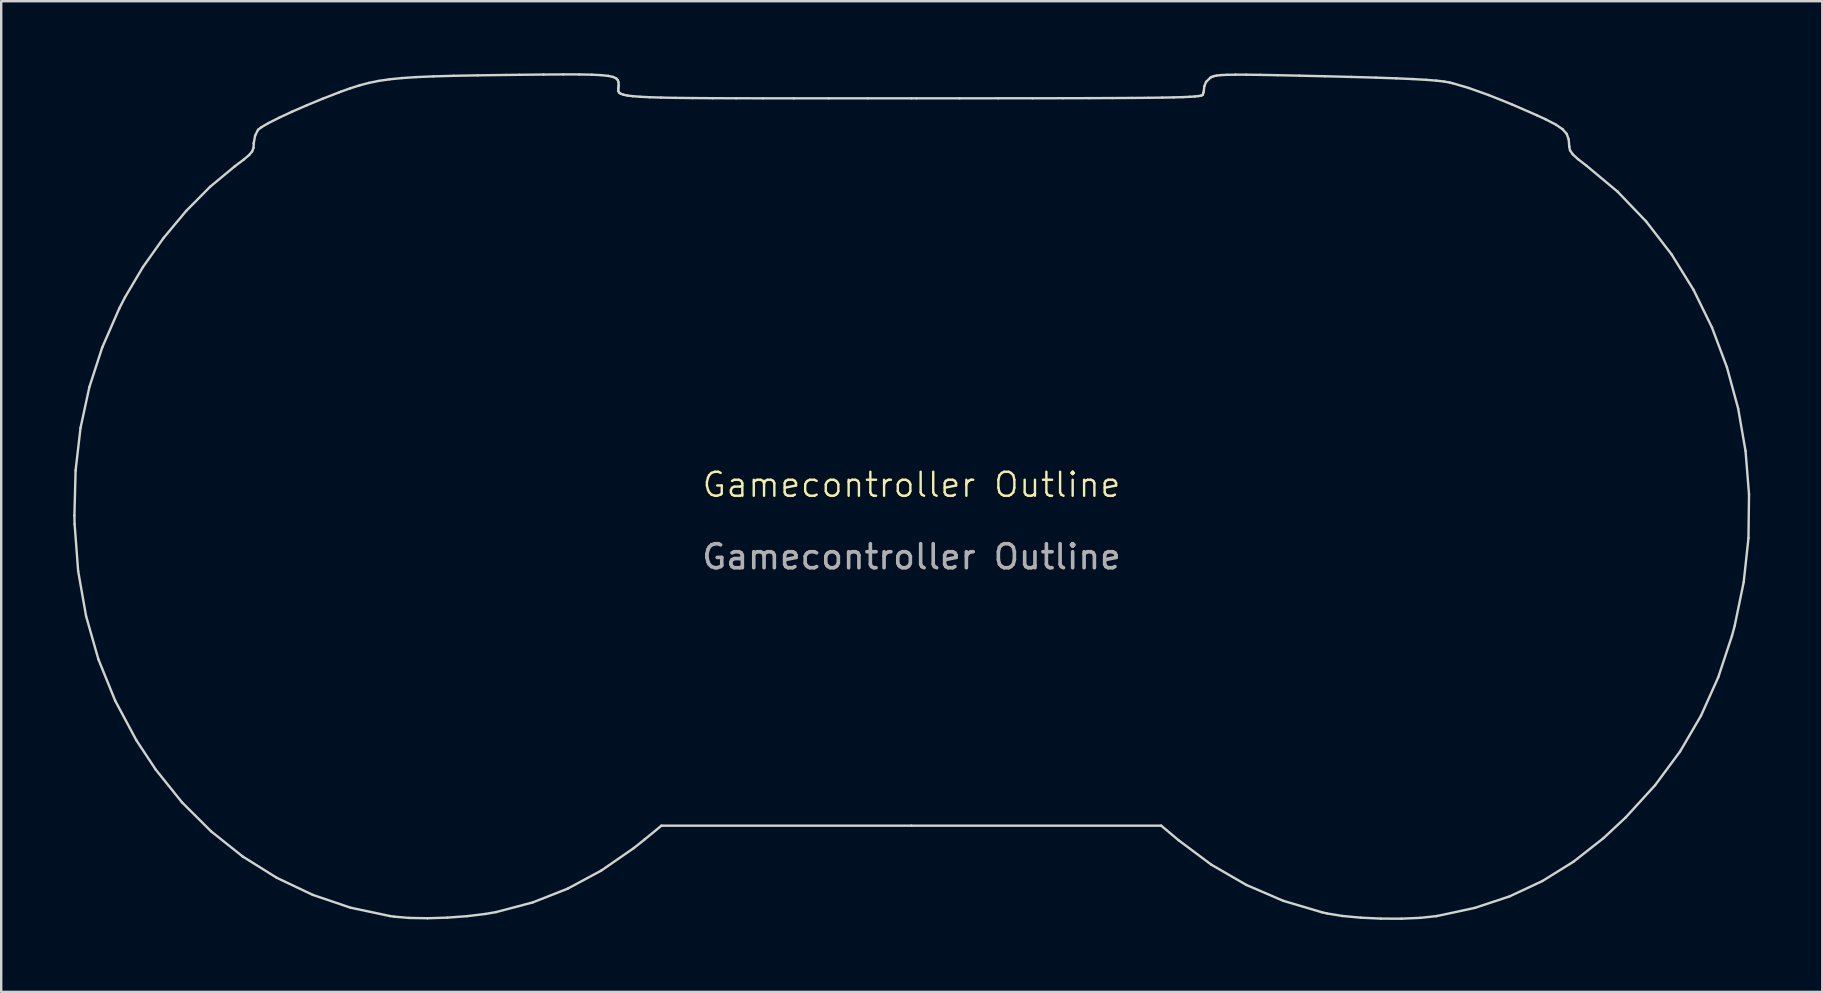
<source format=kicad_pcb>
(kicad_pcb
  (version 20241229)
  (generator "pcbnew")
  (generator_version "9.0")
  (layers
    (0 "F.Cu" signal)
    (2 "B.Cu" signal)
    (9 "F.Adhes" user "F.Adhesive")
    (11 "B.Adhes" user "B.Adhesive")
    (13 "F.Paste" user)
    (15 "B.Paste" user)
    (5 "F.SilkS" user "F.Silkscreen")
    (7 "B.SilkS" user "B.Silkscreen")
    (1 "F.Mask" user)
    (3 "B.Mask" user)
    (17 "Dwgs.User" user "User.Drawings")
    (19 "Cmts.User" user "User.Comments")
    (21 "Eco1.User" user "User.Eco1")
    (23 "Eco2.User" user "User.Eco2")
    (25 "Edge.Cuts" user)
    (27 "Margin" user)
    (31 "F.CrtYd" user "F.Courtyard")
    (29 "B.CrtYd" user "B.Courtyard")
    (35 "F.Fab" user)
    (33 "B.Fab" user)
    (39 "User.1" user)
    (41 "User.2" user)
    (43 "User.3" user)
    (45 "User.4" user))
  (footprint "Gamecontroller Outline"
    (layer "F.Cu")
    (at 34.923 17.646)
    (property "Reference" "Gamecontroller Outline" (at 0 -0.5 0) (unlocked yes) (layer "F.SilkS") (effects (font (size 1 1) (thickness 0.1))))
    (attr board_only exclude_from_pos_files exclude_from_bom allow_missing_courtyard)
    (fp_line (start -34.873 0.779) (end -34.865 1.14) (stroke (width 0.1) (type default)) (layer "Edge.Cuts"))
    (fp_line (start -34.865 1.14) (end -34.717 3.098) (stroke (width 0.1) (type default)) (layer "Edge.Cuts"))
    (fp_line (start -34.824 -1.097) (end -34.873 0.779) (stroke (width 0.1) (type default)) (layer "Edge.Cuts"))
    (fp_line (start -34.717 3.098) (end -34.386 4.975) (stroke (width 0.1) (type default)) (layer "Edge.Cuts"))
    (fp_line (start -34.618 -2.873) (end -34.824 -1.097) (stroke (width 0.1) (type default)) (layer "Edge.Cuts"))
    (fp_line (start -34.386 4.975) (end -33.873 6.773) (stroke (width 0.1) (type default)) (layer "Edge.Cuts"))
    (fp_line (start -34.249 -4.574) (end -34.618 -2.873) (stroke (width 0.1) (type default)) (layer "Edge.Cuts"))
    (fp_line (start -33.873 6.773) (end -33.175 8.494) (stroke (width 0.1) (type default)) (layer "Edge.Cuts"))
    (fp_line (start -33.713 -6.224) (end -34.249 -4.574) (stroke (width 0.1) (type default)) (layer "Edge.Cuts"))
    (fp_line (start -33.175 8.494) (end -32.293 10.143) (stroke (width 0.1) (type default)) (layer "Edge.Cuts"))
    (fp_line (start -33.003 -7.85) (end -33.713 -6.224) (stroke (width 0.1) (type default)) (layer "Edge.Cuts"))
    (fp_line (start -32.768 -8.307) (end -33.003 -7.85) (stroke (width 0.1) (type default)) (layer "Edge.Cuts"))
    (fp_line (start -32.293 10.143) (end -31.482 11.37) (stroke (width 0.1) (type default)) (layer "Edge.Cuts"))
    (fp_line (start -32.02 -9.569) (end -32.768 -8.307) (stroke (width 0.1) (type default)) (layer "Edge.Cuts"))
    (fp_line (start -31.482 11.37) (end -30.39 12.73) (stroke (width 0.1) (type default)) (layer "Edge.Cuts"))
    (fp_line (start -31.159 -10.783) (end -32.02 -9.569) (stroke (width 0.1) (type default)) (layer "Edge.Cuts"))
    (fp_line (start -30.39 12.73) (end -29.179 13.938) (stroke (width 0.1) (type default)) (layer "Edge.Cuts"))
    (fp_line (start -30.216 -11.911) (end -31.159 -10.783) (stroke (width 0.1) (type default)) (layer "Edge.Cuts"))
    (fp_line (start -29.221 -12.915) (end -30.216 -11.911) (stroke (width 0.1) (type default)) (layer "Edge.Cuts"))
    (fp_line (start -29.179 13.938) (end -27.861 14.987) (stroke (width 0.1) (type default)) (layer "Edge.Cuts"))
    (fp_line (start -28.204 -13.758) (end -29.221 -12.915) (stroke (width 0.1) (type default)) (layer "Edge.Cuts"))
    (fp_line (start -28.187 -13.771) (end -28.204 -13.758) (stroke (width 0.1) (type default)) (layer "Edge.Cuts"))
    (fp_line (start -27.861 14.987) (end -26.446 15.872) (stroke (width 0.1) (type default)) (layer "Edge.Cuts"))
    (fp_line (start -27.824 -14.044) (end -28.187 -13.771) (stroke (width 0.1) (type default)) (layer "Edge.Cuts"))
    (fp_line (start -27.594 -14.239) (end -27.824 -14.044) (stroke (width 0.1) (type default)) (layer "Edge.Cuts"))
    (fp_line (start -27.467 -14.392) (end -27.594 -14.239) (stroke (width 0.1) (type default)) (layer "Edge.Cuts"))
    (fp_line (start -27.412 -14.538) (end -27.467 -14.392) (stroke (width 0.1) (type default)) (layer "Edge.Cuts"))
    (fp_line (start -27.401 -14.714) (end -27.412 -14.538) (stroke (width 0.1) (type default)) (layer "Edge.Cuts"))
    (fp_line (start -27.4 -14.737) (end -27.401 -14.714) (stroke (width 0.1) (type default)) (layer "Edge.Cuts"))
    (fp_line (start -27.345 -15.044) (end -27.4 -14.737) (stroke (width 0.1) (type default)) (layer "Edge.Cuts"))
    (fp_line (start -27.225 -15.286) (end -27.345 -15.044) (stroke (width 0.1) (type default)) (layer "Edge.Cuts"))
    (fp_line (start -27.093 -15.391) (end -27.225 -15.286) (stroke (width 0.1) (type default)) (layer "Edge.Cuts"))
    (fp_line (start -26.787 -15.569) (end -27.093 -15.391) (stroke (width 0.1) (type default)) (layer "Edge.Cuts"))
    (fp_line (start -26.446 15.872) (end -24.946 16.584) (stroke (width 0.1) (type default)) (layer "Edge.Cuts"))
    (fp_line (start -26.348 -15.79) (end -26.787 -15.569) (stroke (width 0.1) (type default)) (layer "Edge.Cuts"))
    (fp_line (start -25.806 -16.043) (end -26.348 -15.79) (stroke (width 0.1) (type default)) (layer "Edge.Cuts"))
    (fp_line (start -25.189 -16.312) (end -25.806 -16.043) (stroke (width 0.1) (type default)) (layer "Edge.Cuts"))
    (fp_line (start -24.946 16.584) (end -23.372 17.118) (stroke (width 0.1) (type default)) (layer "Edge.Cuts"))
    (fp_line (start -24.527 -16.585) (end -25.189 -16.312) (stroke (width 0.1) (type default)) (layer "Edge.Cuts"))
    (fp_line (start -23.85 -16.847) (end -24.527 -16.585) (stroke (width 0.1) (type default)) (layer "Edge.Cuts"))
    (fp_line (start -23.783 -16.873) (end -23.85 -16.847) (stroke (width 0.1) (type default)) (layer "Edge.Cuts"))
    (fp_line (start -23.375 -17.019) (end -23.783 -16.873) (stroke (width 0.1) (type default)) (layer "Edge.Cuts"))
    (fp_line (start -23.372 17.118) (end -21.736 17.465) (stroke (width 0.1) (type default)) (layer "Edge.Cuts"))
    (fp_line (start -22.991 -17.141) (end -23.375 -17.019) (stroke (width 0.1) (type default)) (layer "Edge.Cuts"))
    (fp_line (start -22.607 -17.242) (end -22.991 -17.141) (stroke (width 0.1) (type default)) (layer "Edge.Cuts"))
    (fp_line (start -22.203 -17.325) (end -22.607 -17.242) (stroke (width 0.1) (type default)) (layer "Edge.Cuts"))
    (fp_line (start -21.754 -17.391) (end -22.203 -17.325) (stroke (width 0.1) (type default)) (layer "Edge.Cuts"))
    (fp_line (start -21.736 17.465) (end -21.55 17.492) (stroke (width 0.1) (type default)) (layer "Edge.Cuts"))
    (fp_line (start -21.55 17.492) (end -20.923 17.545) (stroke (width 0.1) (type default)) (layer "Edge.Cuts"))
    (fp_line (start -21.239 -17.443) (end -21.754 -17.391) (stroke (width 0.1) (type default)) (layer "Edge.Cuts"))
    (fp_line (start -20.923 17.545) (end -20.165 17.558) (stroke (width 0.1) (type default)) (layer "Edge.Cuts"))
    (fp_line (start -20.636 -17.484) (end -21.239 -17.443) (stroke (width 0.1) (type default)) (layer "Edge.Cuts"))
    (fp_line (start -20.165 17.558) (end -19.339 17.532) (stroke (width 0.1) (type default)) (layer "Edge.Cuts"))
    (fp_line (start -19.922 -17.514) (end -20.636 -17.484) (stroke (width 0.1) (type default)) (layer "Edge.Cuts"))
    (fp_line (start -19.339 17.532) (end -18.511 17.471) (stroke (width 0.1) (type default)) (layer "Edge.Cuts"))
    (fp_line (start -19.075 -17.538) (end -19.922 -17.514) (stroke (width 0.1) (type default)) (layer "Edge.Cuts"))
    (fp_line (start -18.511 17.471) (end -17.743 17.378) (stroke (width 0.1) (type default)) (layer "Edge.Cuts"))
    (fp_line (start -18.073 -17.557) (end -19.075 -17.538) (stroke (width 0.1) (type default)) (layer "Edge.Cuts"))
    (fp_line (start -17.743 17.378) (end -17.31 17.302) (stroke (width 0.1) (type default)) (layer "Edge.Cuts"))
    (fp_line (start -17.31 17.302) (end -15.78 16.899) (stroke (width 0.1) (type default)) (layer "Edge.Cuts"))
    (fp_line (start -16.893 -17.573) (end -18.073 -17.557) (stroke (width 0.1) (type default)) (layer "Edge.Cuts"))
    (fp_line (start -16.326 -17.58) (end -16.893 -17.573) (stroke (width 0.1) (type default)) (layer "Edge.Cuts"))
    (fp_line (start -15.78 16.899) (end -14.325 16.326) (stroke (width 0.1) (type default)) (layer "Edge.Cuts"))
    (fp_line (start -15.33 -17.591) (end -16.326 -17.58) (stroke (width 0.1) (type default)) (layer "Edge.Cuts"))
    (fp_line (start -14.508 -17.596) (end -15.33 -17.591) (stroke (width 0.1) (type default)) (layer "Edge.Cuts"))
    (fp_line (start -14.325 16.326) (end -12.926 15.573) (stroke (width 0.1) (type default)) (layer "Edge.Cuts"))
    (fp_line (start -13.844 -17.595) (end -14.508 -17.596) (stroke (width 0.1) (type default)) (layer "Edge.Cuts"))
    (fp_line (start -13.321 -17.585) (end -13.844 -17.595) (stroke (width 0.1) (type default)) (layer "Edge.Cuts"))
    (fp_line (start -12.926 15.573) (end -11.566 14.633) (stroke (width 0.1) (type default)) (layer "Edge.Cuts"))
    (fp_line (start -12.923 -17.565) (end -13.321 -17.585) (stroke (width 0.1) (type default)) (layer "Edge.Cuts"))
    (fp_line (start -12.632 -17.534) (end -12.923 -17.565) (stroke (width 0.1) (type default)) (layer "Edge.Cuts"))
    (fp_line (start -12.432 -17.49) (end -12.632 -17.534) (stroke (width 0.1) (type default)) (layer "Edge.Cuts"))
    (fp_line (start -12.305 -17.432) (end -12.432 -17.49) (stroke (width 0.1) (type default)) (layer "Edge.Cuts"))
    (fp_line (start -12.235 -17.357) (end -12.305 -17.432) (stroke (width 0.1) (type default)) (layer "Edge.Cuts"))
    (fp_line (start -12.218 -16.953) (end -12.212 -17.021) (stroke (width 0.1) (type default)) (layer "Edge.Cuts"))
    (fp_line (start -12.212 -17.021) (end -12.203 -17.098) (stroke (width 0.1) (type default)) (layer "Edge.Cuts"))
    (fp_line (start -12.211 -16.892) (end -12.218 -16.953) (stroke (width 0.1) (type default)) (layer "Edge.Cuts"))
    (fp_line (start -12.206 -17.265) (end -12.235 -17.357) (stroke (width 0.1) (type default)) (layer "Edge.Cuts"))
    (fp_line (start -12.203 -17.098) (end -12.2 -17.155) (stroke (width 0.1) (type default)) (layer "Edge.Cuts"))
    (fp_line (start -12.2 -17.155) (end -12.206 -17.265) (stroke (width 0.1) (type default)) (layer "Edge.Cuts"))
    (fp_line (start -12.18 -16.838) (end -12.211 -16.892) (stroke (width 0.1) (type default)) (layer "Edge.Cuts"))
    (fp_line (start -12.116 -16.792) (end -12.18 -16.838) (stroke (width 0.1) (type default)) (layer "Edge.Cuts"))
    (fp_line (start -12.006 -16.752) (end -12.116 -16.792) (stroke (width 0.1) (type default)) (layer "Edge.Cuts"))
    (fp_line (start -11.842 -16.717) (end -12.006 -16.752) (stroke (width 0.1) (type default)) (layer "Edge.Cuts"))
    (fp_line (start -11.613 -16.689) (end -11.842 -16.717) (stroke (width 0.1) (type default)) (layer "Edge.Cuts"))
    (fp_line (start -11.566 14.633) (end -11.133 14.288) (stroke (width 0.1) (type default)) (layer "Edge.Cuts"))
    (fp_line (start -11.308 -16.665) (end -11.613 -16.689) (stroke (width 0.1) (type default)) (layer "Edge.Cuts"))
    (fp_line (start -11.133 14.288) (end -10.417 13.7) (stroke (width 0.1) (type default)) (layer "Edge.Cuts"))
    (fp_line (start -10.917 -16.646) (end -11.308 -16.665) (stroke (width 0.1) (type default)) (layer "Edge.Cuts"))
    (fp_line (start -10.43 -16.631) (end -10.917 -16.646) (stroke (width 0.1) (type default)) (layer "Edge.Cuts"))
    (fp_line (start -10.417 13.7) (end -0.008 13.7) (stroke (width 0.1) (type default)) (layer "Edge.Cuts"))
    (fp_line (start -9.836 -16.619) (end -10.43 -16.631) (stroke (width 0.1) (type default)) (layer "Edge.Cuts"))
    (fp_line (start -9.125 -16.611) (end -9.836 -16.619) (stroke (width 0.1) (type default)) (layer "Edge.Cuts"))
    (fp_line (start -8.286 -16.605) (end -9.125 -16.611) (stroke (width 0.1) (type default)) (layer "Edge.Cuts"))
    (fp_line (start -7.31 -16.602) (end -8.286 -16.605) (stroke (width 0.1) (type default)) (layer "Edge.Cuts"))
    (fp_line (start -6.186 -16.6) (end -7.31 -16.602) (stroke (width 0.1) (type default)) (layer "Edge.Cuts"))
    (fp_line (start -4.903 -16.599) (end -6.186 -16.6) (stroke (width 0.1) (type default)) (layer "Edge.Cuts"))
    (fp_line (start -3.452 -16.599) (end -4.903 -16.599) (stroke (width 0.1) (type default)) (layer "Edge.Cuts"))
    (fp_line (start -1.821 -16.6) (end -3.452 -16.599) (stroke (width 0.1) (type default)) (layer "Edge.Cuts"))
    (fp_line (start -0.008 13.7) (end 10.402 13.7) (stroke (width 0.1) (type default)) (layer "Edge.Cuts"))
    (fp_line (start -0.000001 -16.6) (end -1.821 -16.6) (stroke (width 0.1) (type default)) (layer "Edge.Cuts"))
    (fp_line (start 0.211 -16.6) (end -0.000001 -16.6) (stroke (width 0.1) (type default)) (layer "Edge.Cuts"))
    (fp_line (start 2.006 -16.6) (end 0.211 -16.6) (stroke (width 0.1) (type default)) (layer "Edge.Cuts"))
    (fp_line (start 3.613 -16.601) (end 2.006 -16.6) (stroke (width 0.1) (type default)) (layer "Edge.Cuts"))
    (fp_line (start 5.041 -16.602) (end 3.613 -16.601) (stroke (width 0.1) (type default)) (layer "Edge.Cuts"))
    (fp_line (start 6.302 -16.604) (end 5.041 -16.602) (stroke (width 0.1) (type default)) (layer "Edge.Cuts"))
    (fp_line (start 7.405 -16.607) (end 6.302 -16.604) (stroke (width 0.1) (type default)) (layer "Edge.Cuts"))
    (fp_line (start 8.361 -16.611) (end 7.405 -16.607) (stroke (width 0.1) (type default)) (layer "Edge.Cuts"))
    (fp_line (start 9.181 -16.616) (end 8.361 -16.611) (stroke (width 0.1) (type default)) (layer "Edge.Cuts"))
    (fp_line (start 9.874 -16.622) (end 9.181 -16.616) (stroke (width 0.1) (type default)) (layer "Edge.Cuts"))
    (fp_line (start 10.402 13.7) (end 11.122 14.305) (stroke (width 0.1) (type default)) (layer "Edge.Cuts"))
    (fp_line (start 10.452 -16.63) (end 9.874 -16.622) (stroke (width 0.1) (type default)) (layer "Edge.Cuts"))
    (fp_line (start 10.923 -16.639) (end 10.452 -16.63) (stroke (width 0.1) (type default)) (layer "Edge.Cuts"))
    (fp_line (start 11.122 14.305) (end 12.49 15.326) (stroke (width 0.1) (type default)) (layer "Edge.Cuts"))
    (fp_line (start 11.3 -16.65) (end 10.923 -16.639) (stroke (width 0.1) (type default)) (layer "Edge.Cuts"))
    (fp_line (start 11.592 -16.663) (end 11.3 -16.65) (stroke (width 0.1) (type default)) (layer "Edge.Cuts"))
    (fp_line (start 11.809 -16.677) (end 11.592 -16.663) (stroke (width 0.1) (type default)) (layer "Edge.Cuts"))
    (fp_line (start 11.962 -16.694) (end 11.809 -16.677) (stroke (width 0.1) (type default)) (layer "Edge.Cuts"))
    (fp_line (start 12.061 -16.713) (end 11.962 -16.694) (stroke (width 0.1) (type default)) (layer "Edge.Cuts"))
    (fp_line (start 12.117 -16.734) (end 12.061 -16.713) (stroke (width 0.1) (type default)) (layer "Edge.Cuts"))
    (fp_line (start 12.139 -16.758) (end 12.117 -16.734) (stroke (width 0.1) (type default)) (layer "Edge.Cuts"))
    (fp_line (start 12.168 -16.855) (end 12.139 -16.758) (stroke (width 0.1) (type default)) (layer "Edge.Cuts"))
    (fp_line (start 12.2 -17.106) (end 12.168 -16.855) (stroke (width 0.1) (type default)) (layer "Edge.Cuts"))
    (fp_line (start 12.271 -17.283) (end 12.2 -17.106) (stroke (width 0.1) (type default)) (layer "Edge.Cuts"))
    (fp_line (start 12.452 -17.461) (end 12.271 -17.283) (stroke (width 0.1) (type default)) (layer "Edge.Cuts"))
    (fp_line (start 12.49 15.326) (end 13.948 16.17) (stroke (width 0.1) (type default)) (layer "Edge.Cuts"))
    (fp_line (start 12.495 -17.486) (end 12.452 -17.461) (stroke (width 0.1) (type default)) (layer "Edge.Cuts"))
    (fp_line (start 12.582 -17.52) (end 12.495 -17.486) (stroke (width 0.1) (type default)) (layer "Edge.Cuts"))
    (fp_line (start 12.707 -17.547) (end 12.582 -17.52) (stroke (width 0.1) (type default)) (layer "Edge.Cuts"))
    (fp_line (start 12.888 -17.567) (end 12.707 -17.547) (stroke (width 0.1) (type default)) (layer "Edge.Cuts"))
    (fp_line (start 13.142 -17.579) (end 12.888 -17.567) (stroke (width 0.1) (type default)) (layer "Edge.Cuts"))
    (fp_line (start 13.489 -17.585) (end 13.142 -17.579) (stroke (width 0.1) (type default)) (layer "Edge.Cuts"))
    (fp_line (start 13.945 -17.584) (end 13.489 -17.585) (stroke (width 0.1) (type default)) (layer "Edge.Cuts"))
    (fp_line (start 13.948 16.17) (end 15.491 16.834) (stroke (width 0.1) (type default)) (layer "Edge.Cuts"))
    (fp_line (start 14.529 -17.577) (end 13.945 -17.584) (stroke (width 0.1) (type default)) (layer "Edge.Cuts"))
    (fp_line (start 15.258 -17.563) (end 14.529 -17.577) (stroke (width 0.1) (type default)) (layer "Edge.Cuts"))
    (fp_line (start 15.491 16.834) (end 17.11 17.313) (stroke (width 0.1) (type default)) (layer "Edge.Cuts"))
    (fp_line (start 16.152 -17.544) (end 15.258 -17.563) (stroke (width 0.1) (type default)) (layer "Edge.Cuts"))
    (fp_line (start 17.11 17.313) (end 17.308 17.358) (stroke (width 0.1) (type default)) (layer "Edge.Cuts"))
    (fp_line (start 17.227 -17.519) (end 16.152 -17.544) (stroke (width 0.1) (type default)) (layer "Edge.Cuts"))
    (fp_line (start 17.308 17.358) (end 17.945 17.462) (stroke (width 0.1) (type default)) (layer "Edge.Cuts"))
    (fp_line (start 17.945 17.462) (end 18.715 17.534) (stroke (width 0.1) (type default)) (layer "Edge.Cuts"))
    (fp_line (start 18.335 -17.491) (end 17.227 -17.519) (stroke (width 0.1) (type default)) (layer "Edge.Cuts"))
    (fp_line (start 18.715 17.534) (end 19.556 17.573) (stroke (width 0.1) (type default)) (layer "Edge.Cuts"))
    (fp_line (start 19.35 -17.462) (end 18.335 -17.491) (stroke (width 0.1) (type default)) (layer "Edge.Cuts"))
    (fp_line (start 19.556 17.573) (end 20.403 17.576) (stroke (width 0.1) (type default)) (layer "Edge.Cuts"))
    (fp_line (start 20.195 -17.432) (end 19.35 -17.462) (stroke (width 0.1) (type default)) (layer "Edge.Cuts"))
    (fp_line (start 20.403 17.576) (end 21.192 17.542) (stroke (width 0.1) (type default)) (layer "Edge.Cuts"))
    (fp_line (start 20.886 -17.402) (end 20.195 -17.432) (stroke (width 0.1) (type default)) (layer "Edge.Cuts"))
    (fp_line (start 21.192 17.542) (end 21.861 17.47) (stroke (width 0.1) (type default)) (layer "Edge.Cuts"))
    (fp_line (start 21.439 -17.37) (end 20.886 -17.402) (stroke (width 0.1) (type default)) (layer "Edge.Cuts"))
    (fp_line (start 21.861 17.47) (end 21.901 17.463) (stroke (width 0.1) (type default)) (layer "Edge.Cuts"))
    (fp_line (start 21.869 -17.336) (end 21.439 -17.37) (stroke (width 0.1) (type default)) (layer "Edge.Cuts"))
    (fp_line (start 21.901 17.463) (end 23.463 17.128) (stroke (width 0.1) (type default)) (layer "Edge.Cuts"))
    (fp_line (start 22.193 -17.299) (end 21.869 -17.336) (stroke (width 0.1) (type default)) (layer "Edge.Cuts"))
    (fp_line (start 22.425 -17.257) (end 22.193 -17.299) (stroke (width 0.1) (type default)) (layer "Edge.Cuts"))
    (fp_line (start 22.537 -17.23) (end 22.425 -17.257) (stroke (width 0.1) (type default)) (layer "Edge.Cuts"))
    (fp_line (start 23.214 -17.031) (end 22.537 -17.23) (stroke (width 0.1) (type default)) (layer "Edge.Cuts"))
    (fp_line (start 23.463 17.128) (end 24.915 16.647) (stroke (width 0.1) (type default)) (layer "Edge.Cuts"))
    (fp_line (start 24.04 -16.737) (end 23.214 -17.031) (stroke (width 0.1) (type default)) (layer "Edge.Cuts"))
    (fp_line (start 24.915 16.647) (end 26.28 16.009) (stroke (width 0.1) (type default)) (layer "Edge.Cuts"))
    (fp_line (start 24.996 -16.354) (end 24.04 -16.737) (stroke (width 0.1) (type default)) (layer "Edge.Cuts"))
    (fp_line (start 26.062 -15.889) (end 24.996 -16.354) (stroke (width 0.1) (type default)) (layer "Edge.Cuts"))
    (fp_line (start 26.28 16.009) (end 27.579 15.202) (stroke (width 0.1) (type default)) (layer "Edge.Cuts"))
    (fp_line (start 26.418 -15.725) (end 26.062 -15.889) (stroke (width 0.1) (type default)) (layer "Edge.Cuts"))
    (fp_line (start 26.845 -15.504) (end 26.418 -15.725) (stroke (width 0.1) (type default)) (layer "Edge.Cuts"))
    (fp_line (start 27.129 -15.308) (end 26.845 -15.504) (stroke (width 0.1) (type default)) (layer "Edge.Cuts"))
    (fp_line (start 27.298 -15.112) (end 27.129 -15.308) (stroke (width 0.1) (type default)) (layer "Edge.Cuts"))
    (fp_line (start 27.379 -14.887) (end 27.298 -15.112) (stroke (width 0.1) (type default)) (layer "Edge.Cuts"))
    (fp_line (start 27.4 -14.609) (end 27.379 -14.887) (stroke (width 0.1) (type default)) (layer "Edge.Cuts"))
    (fp_line (start 27.4 -14.589) (end 27.4 -14.609) (stroke (width 0.1) (type default)) (layer "Edge.Cuts"))
    (fp_line (start 27.435 -14.431) (end 27.4 -14.589) (stroke (width 0.1) (type default)) (layer "Edge.Cuts"))
    (fp_line (start 27.547 -14.268) (end 27.435 -14.431) (stroke (width 0.1) (type default)) (layer "Edge.Cuts"))
    (fp_line (start 27.579 15.202) (end 28.834 14.216) (stroke (width 0.1) (type default)) (layer "Edge.Cuts"))
    (fp_line (start 27.767 -14.065) (end 27.547 -14.268) (stroke (width 0.1) (type default)) (layer "Edge.Cuts"))
    (fp_line (start 28.125 -13.789) (end 27.767 -14.065) (stroke (width 0.1) (type default)) (layer "Edge.Cuts"))
    (fp_line (start 28.834 14.216) (end 29.757 13.354) (stroke (width 0.1) (type default)) (layer "Edge.Cuts"))
    (fp_line (start 29.417 -12.71) (end 28.125 -13.789) (stroke (width 0.1) (type default)) (layer "Edge.Cuts"))
    (fp_line (start 29.757 13.354) (end 30.977 12.017) (stroke (width 0.1) (type default)) (layer "Edge.Cuts"))
    (fp_line (start 30.606 -11.47) (end 29.417 -12.71) (stroke (width 0.1) (type default)) (layer "Edge.Cuts"))
    (fp_line (start 30.977 12.017) (end 32.018 10.612) (stroke (width 0.1) (type default)) (layer "Edge.Cuts"))
    (fp_line (start 31.661 -10.104) (end 30.606 -11.47) (stroke (width 0.1) (type default)) (layer "Edge.Cuts"))
    (fp_line (start 32.018 10.612) (end 32.891 9.12) (stroke (width 0.1) (type default)) (layer "Edge.Cuts"))
    (fp_line (start 32.577 -8.626) (end 31.661 -10.104) (stroke (width 0.1) (type default)) (layer "Edge.Cuts"))
    (fp_line (start 32.891 9.12) (end 33.609 7.52) (stroke (width 0.1) (type default)) (layer "Edge.Cuts"))
    (fp_line (start 33.348 -7.053) (end 32.577 -8.626) (stroke (width 0.1) (type default)) (layer "Edge.Cuts"))
    (fp_line (start 33.609 7.52) (end 34.181 5.794) (stroke (width 0.1) (type default)) (layer "Edge.Cuts"))
    (fp_line (start 33.97 -5.399) (end 33.348 -7.053) (stroke (width 0.1) (type default)) (layer "Edge.Cuts"))
    (fp_line (start 34.181 5.794) (end 34.295 5.371) (stroke (width 0.1) (type default)) (layer "Edge.Cuts"))
    (fp_line (start 34.295 5.371) (end 34.67 3.551) (stroke (width 0.1) (type default)) (layer "Edge.Cuts"))
    (fp_line (start 34.438 -3.68) (end 33.97 -5.399) (stroke (width 0.1) (type default)) (layer "Edge.Cuts"))
    (fp_line (start 34.67 3.551) (end 34.868 1.721) (stroke (width 0.1) (type default)) (layer "Edge.Cuts"))
    (fp_line (start 34.746 -1.91) (end 34.438 -3.68) (stroke (width 0.1) (type default)) (layer "Edge.Cuts"))
    (fp_line (start 34.868 1.721) (end 34.891 -0.105) (stroke (width 0.1) (type default)) (layer "Edge.Cuts"))
    (fp_line (start 34.891 -0.105) (end 34.746 -1.91) (stroke (width 0.1) (type default)) (layer "Edge.Cuts"))
    (fp_text user "${REFERENCE}" (at 0 2.5 0) (unlocked yes) (layer "F.Fab") (effects (font (size 1 1) (thickness 0.15)))))
  (gr_rect
    (start -3 -3)
    (end 72.864 38.272)
    (stroke (width 0.1) (type default))
    (fill no)
    (layer "Edge.Cuts")))
</source>
